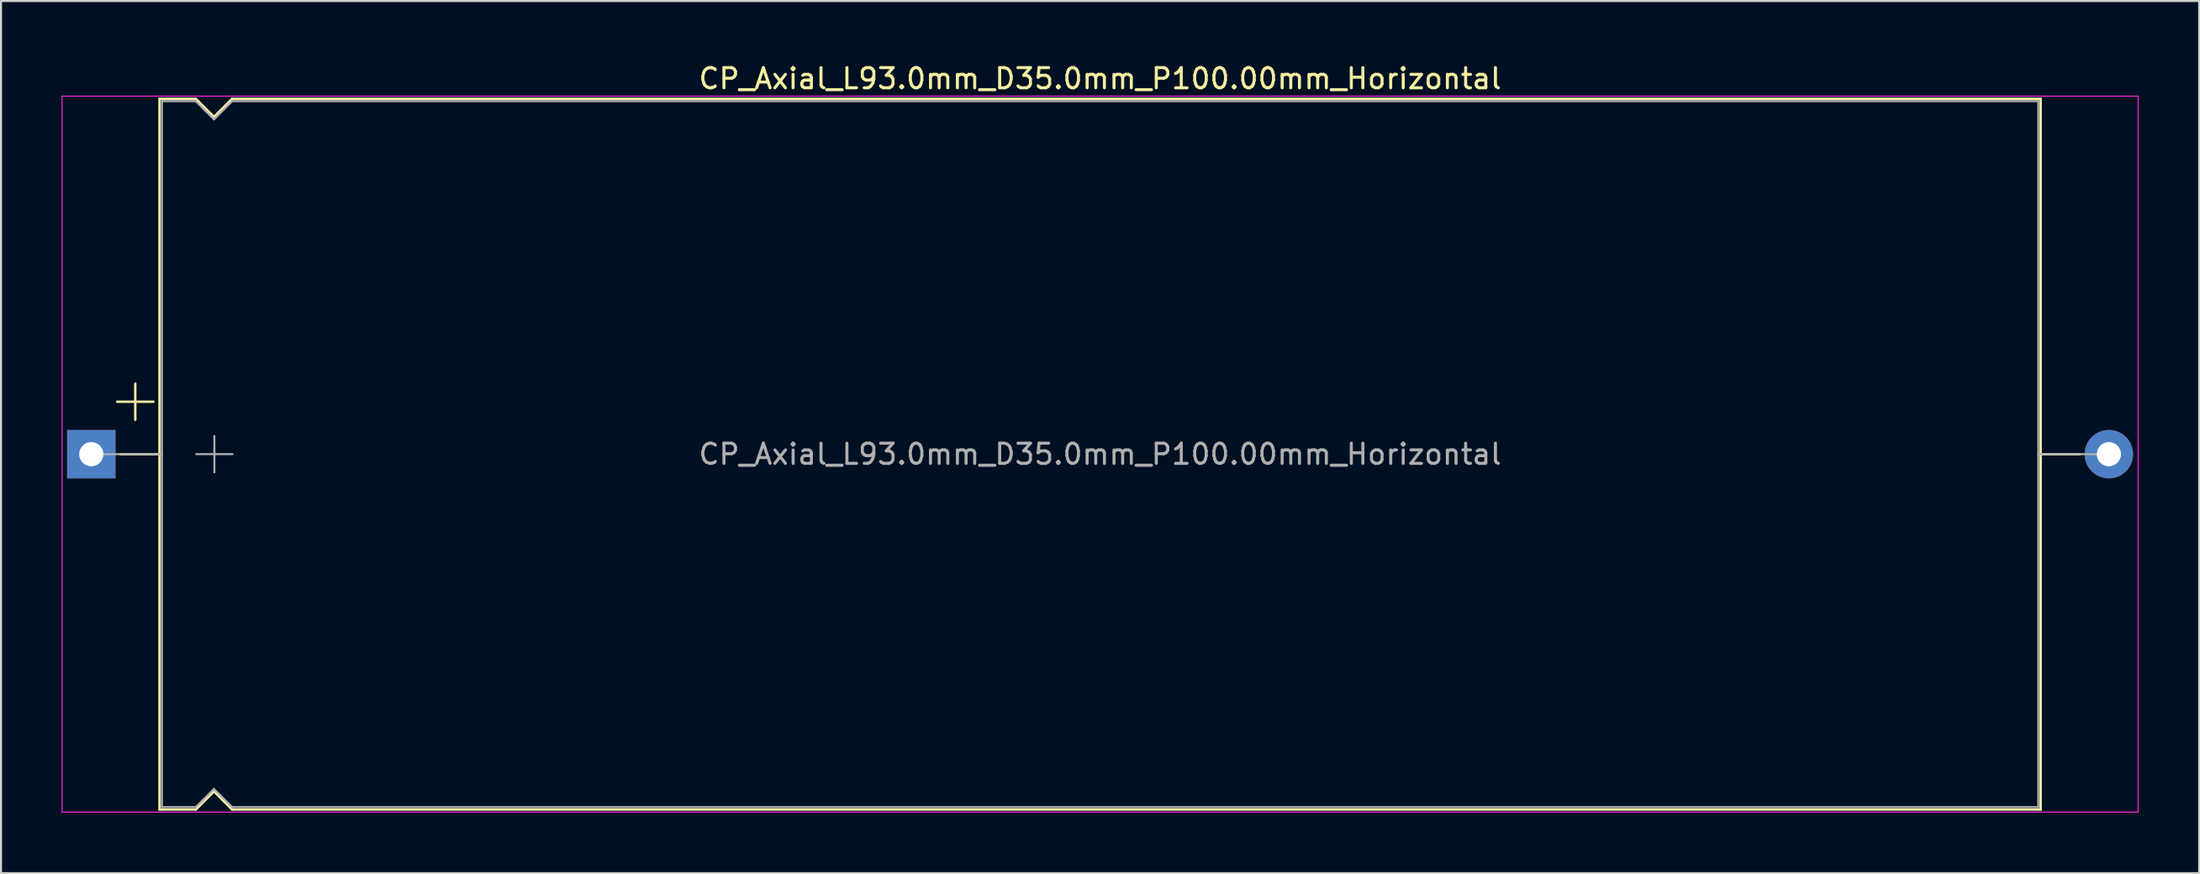
<source format=kicad_pcb>
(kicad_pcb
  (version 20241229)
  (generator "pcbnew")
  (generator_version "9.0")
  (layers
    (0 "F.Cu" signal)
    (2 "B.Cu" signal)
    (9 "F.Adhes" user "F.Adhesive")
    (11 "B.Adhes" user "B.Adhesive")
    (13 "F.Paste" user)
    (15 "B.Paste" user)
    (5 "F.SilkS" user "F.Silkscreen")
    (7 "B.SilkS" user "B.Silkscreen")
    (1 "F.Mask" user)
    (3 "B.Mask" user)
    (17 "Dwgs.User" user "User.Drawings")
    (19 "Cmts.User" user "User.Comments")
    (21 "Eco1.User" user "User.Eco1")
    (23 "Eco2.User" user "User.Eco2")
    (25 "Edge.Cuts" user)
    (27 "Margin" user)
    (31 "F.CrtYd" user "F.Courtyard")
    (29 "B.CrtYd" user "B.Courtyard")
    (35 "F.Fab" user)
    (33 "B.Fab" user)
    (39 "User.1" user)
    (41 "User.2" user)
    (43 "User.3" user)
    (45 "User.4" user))
  (footprint "CP_Axial_L93.0mm_D35.0mm_P100.00mm_Horizontal"
    (layer "F.Cu")
    (at 1.475 19.468)
    (property "Reference" "CP_Axial_L93.0mm_D35.0mm_P100.00mm_Horizontal" (at 50 -18.62 0) (layer "F.SilkS") (effects (font (size 1 1) (thickness 0.15))))
    (attr through_hole)
    (fp_line (start 1.28 -2.6) (end 3.08 -2.6) (stroke (width 0.12) (type solid)) (layer "F.SilkS"))
    (fp_line (start 1.44 0) (end 3.38 0) (stroke (width 0.12) (type solid)) (layer "F.SilkS"))
    (fp_line (start 2.18 -3.5) (end 2.18 -1.7) (stroke (width 0.12) (type solid)) (layer "F.SilkS"))
    (fp_line (start 3.38 -17.62) (end 3.38 17.62) (stroke (width 0.12) (type solid)) (layer "F.SilkS"))
    (fp_line (start 3.38 -17.62) (end 5.18 -17.62) (stroke (width 0.12) (type solid)) (layer "F.SilkS"))
    (fp_line (start 3.38 17.62) (end 5.18 17.62) (stroke (width 0.12) (type solid)) (layer "F.SilkS"))
    (fp_line (start 5.18 -17.62) (end 6.08 -16.72) (stroke (width 0.12) (type solid)) (layer "F.SilkS"))
    (fp_line (start 5.18 17.62) (end 6.08 16.72) (stroke (width 0.12) (type solid)) (layer "F.SilkS"))
    (fp_line (start 6.08 -16.72) (end 6.98 -17.62) (stroke (width 0.12) (type solid)) (layer "F.SilkS"))
    (fp_line (start 6.08 16.72) (end 6.98 17.62) (stroke (width 0.12) (type solid)) (layer "F.SilkS"))
    (fp_line (start 6.98 -17.62) (end 96.62 -17.62) (stroke (width 0.12) (type solid)) (layer "F.SilkS"))
    (fp_line (start 6.98 17.62) (end 96.62 17.62) (stroke (width 0.12) (type solid)) (layer "F.SilkS"))
    (fp_line (start 96.62 -17.62) (end 96.62 17.62) (stroke (width 0.12) (type solid)) (layer "F.SilkS"))
    (fp_line (start 98.56 0) (end 96.62 0) (stroke (width 0.12) (type solid)) (layer "F.SilkS"))
    (fp_line (start -1.45 -17.75) (end -1.45 17.75) (stroke (width 0.05) (type solid)) (layer "F.CrtYd"))
    (fp_line (start -1.45 17.75) (end 101.45 17.75) (stroke (width 0.05) (type solid)) (layer "F.CrtYd"))
    (fp_line (start 101.45 -17.75) (end -1.45 -17.75) (stroke (width 0.05) (type solid)) (layer "F.CrtYd"))
    (fp_line (start 101.45 17.75) (end 101.45 -17.75) (stroke (width 0.05) (type solid)) (layer "F.CrtYd"))
    (fp_line (start 0 0) (end 3.5 0) (stroke (width 0.1) (type solid)) (layer "F.Fab"))
    (fp_line (start 3.5 -17.5) (end 3.5 17.5) (stroke (width 0.1) (type solid)) (layer "F.Fab"))
    (fp_line (start 3.5 -17.5) (end 5.18 -17.5) (stroke (width 0.1) (type solid)) (layer "F.Fab"))
    (fp_line (start 3.5 17.5) (end 5.18 17.5) (stroke (width 0.1) (type solid)) (layer "F.Fab"))
    (fp_line (start 5.18 -17.5) (end 6.08 -16.6) (stroke (width 0.1) (type solid)) (layer "F.Fab"))
    (fp_line (start 5.18 17.5) (end 6.08 16.6) (stroke (width 0.1) (type solid)) (layer "F.Fab"))
    (fp_line (start 5.2 0) (end 7 0) (stroke (width 0.1) (type solid)) (layer "F.Fab"))
    (fp_line (start 6.08 -16.6) (end 6.98 -17.5) (stroke (width 0.1) (type solid)) (layer "F.Fab"))
    (fp_line (start 6.08 16.6) (end 6.98 17.5) (stroke (width 0.1) (type solid)) (layer "F.Fab"))
    (fp_line (start 6.1 -0.9) (end 6.1 0.9) (stroke (width 0.1) (type solid)) (layer "F.Fab"))
    (fp_line (start 6.98 -17.5) (end 96.5 -17.5) (stroke (width 0.1) (type solid)) (layer "F.Fab"))
    (fp_line (start 6.98 17.5) (end 96.5 17.5) (stroke (width 0.1) (type solid)) (layer "F.Fab"))
    (fp_line (start 96.5 -17.5) (end 96.5 17.5) (stroke (width 0.1) (type solid)) (layer "F.Fab"))
    (fp_line (start 100 0) (end 96.5 0) (stroke (width 0.1) (type solid)) (layer "F.Fab"))
    (fp_text user "${REFERENCE}" (at 50 0 0) (layer "F.Fab") (effects (font (size 1 1) (thickness 0.15))))
    (pad "1" thru_hole rect (at 0 0) (size 2.4 2.4) (drill 1.2) (layers "*.Cu" "*.Mask"))
    (pad "2" thru_hole oval (at 100 0) (size 2.4 2.4) (drill 1.2) (layers "*.Cu" "*.Mask")))
  (gr_rect
    (start -3 -3)
    (end 105.95 40.243)
    (stroke (width 0.1) (type default))
    (fill no)
    (layer "Edge.Cuts")))
</source>
